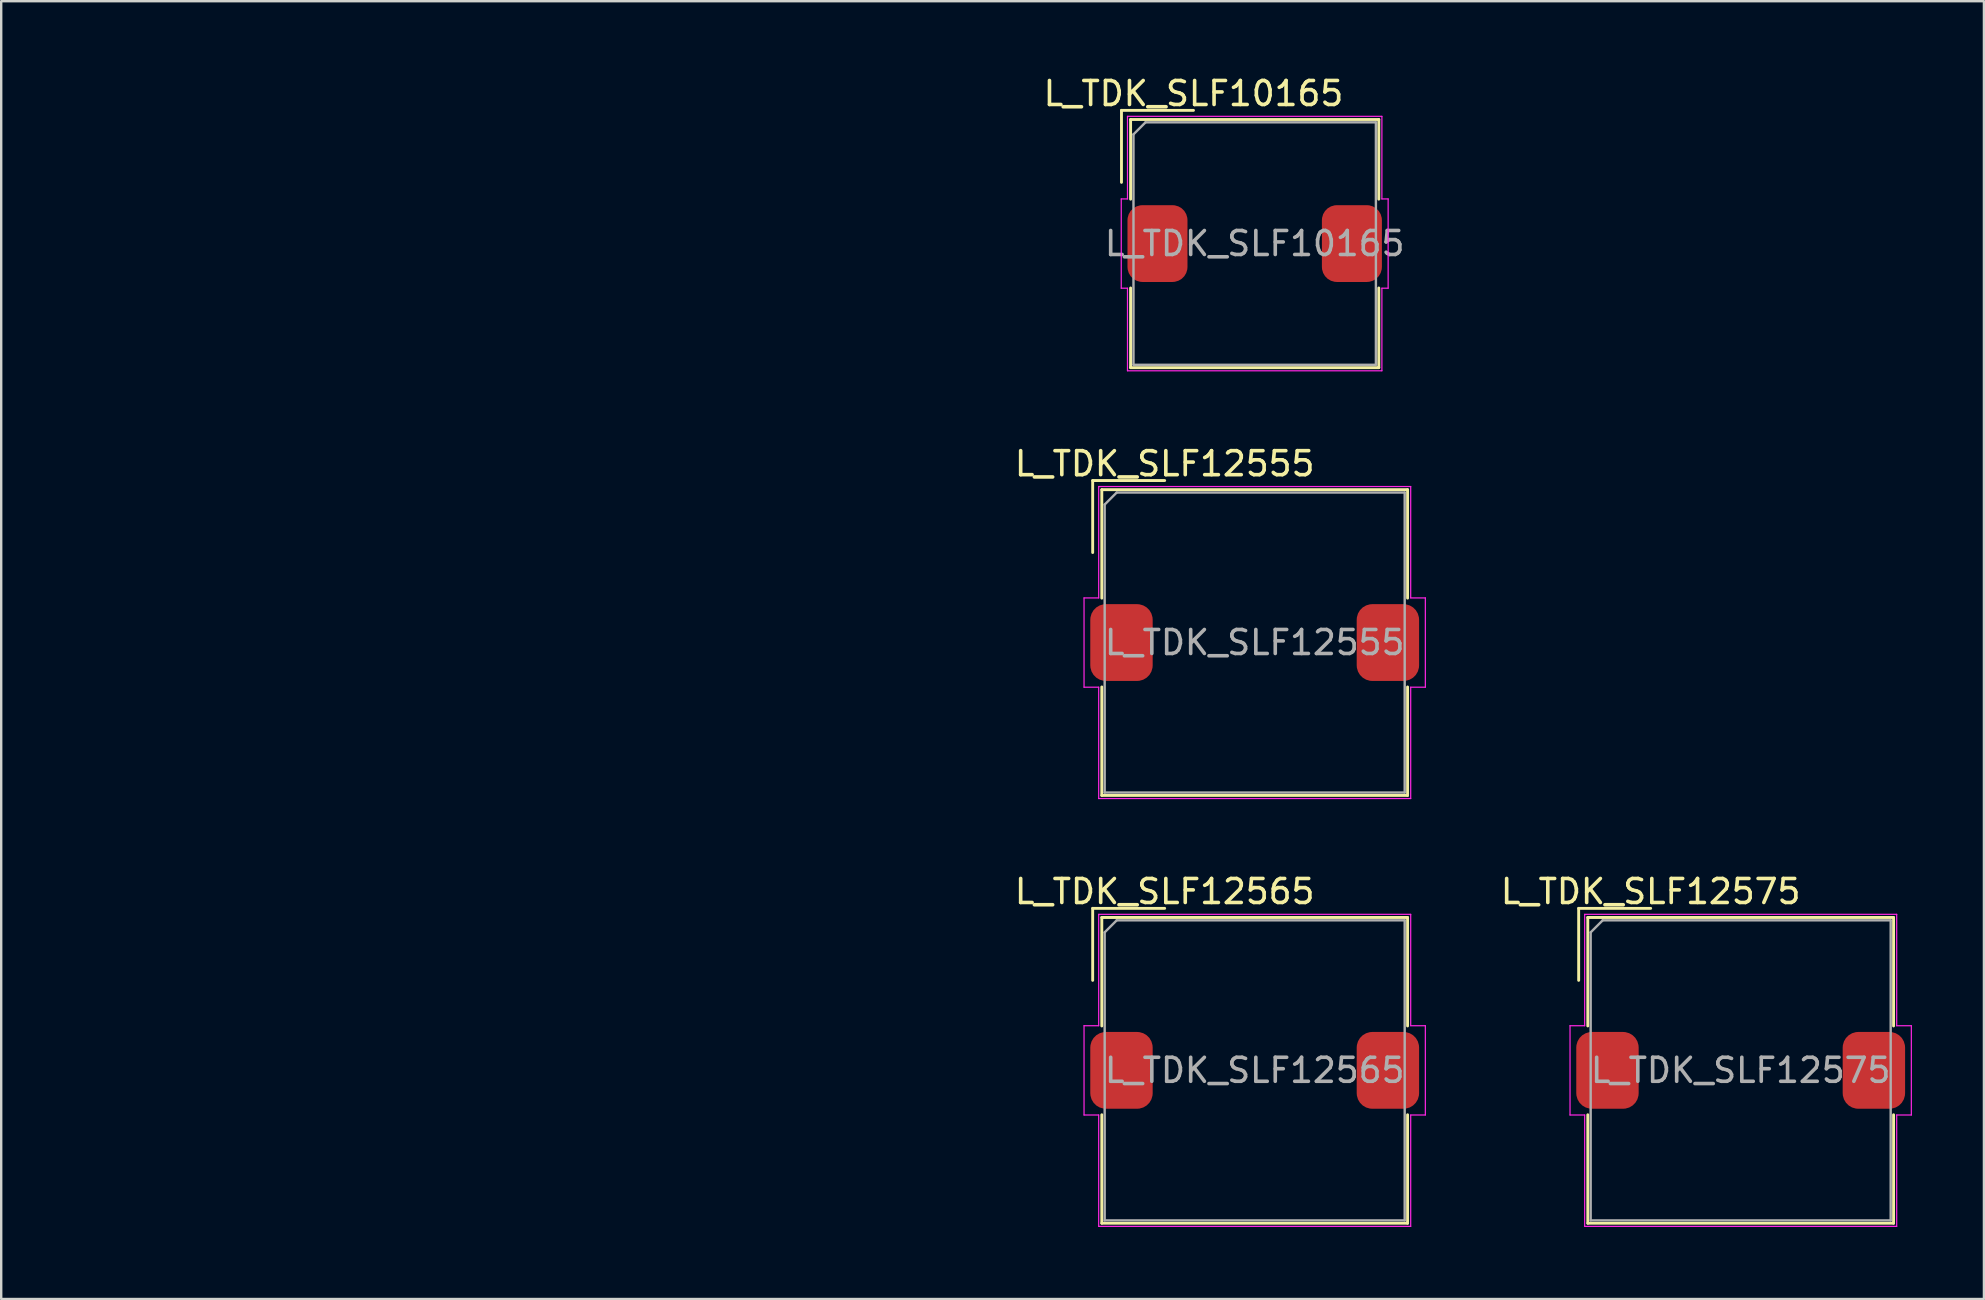
<source format=kicad_pcb>
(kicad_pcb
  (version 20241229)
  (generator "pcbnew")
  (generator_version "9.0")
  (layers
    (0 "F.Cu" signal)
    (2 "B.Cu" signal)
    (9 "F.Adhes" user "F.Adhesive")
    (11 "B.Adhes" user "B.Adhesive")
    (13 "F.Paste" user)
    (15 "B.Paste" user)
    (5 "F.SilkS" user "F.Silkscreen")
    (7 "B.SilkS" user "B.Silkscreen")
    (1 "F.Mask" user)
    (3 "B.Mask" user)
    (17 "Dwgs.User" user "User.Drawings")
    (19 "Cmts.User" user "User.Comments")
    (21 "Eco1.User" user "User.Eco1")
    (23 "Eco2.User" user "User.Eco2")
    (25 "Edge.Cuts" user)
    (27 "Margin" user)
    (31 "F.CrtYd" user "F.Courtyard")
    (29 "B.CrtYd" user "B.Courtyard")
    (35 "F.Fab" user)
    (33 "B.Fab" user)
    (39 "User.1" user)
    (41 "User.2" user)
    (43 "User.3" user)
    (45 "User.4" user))
  (footprint "L_TDK_SLF12555"
    (layer "F.Cu")
    (at 49.225 23.721)
    (property "Reference" "L_TDK_SLF12555" (at -3.75 -7.45 0) (layer "F.SilkS") (effects (font (size 1 1) (thickness 0.15))))
    (attr smd)
    (fp_line (start -6.75 -6.75) (end -3.75 -6.75) (stroke (width 0.12) (type solid)) (layer "F.SilkS"))
    (fp_line (start -6.75 -3.75) (end -6.75 -6.75) (stroke (width 0.12) (type solid)) (layer "F.SilkS"))
    (fp_line (start -6.37 -6.37) (end -6.37 -1.85) (stroke (width 0.12) (type solid)) (layer "F.SilkS"))
    (fp_line (start -6.37 -6.37) (end 6.37 -6.37) (stroke (width 0.12) (type solid)) (layer "F.SilkS"))
    (fp_line (start -6.37 1.85) (end -6.37 6.37) (stroke (width 0.12) (type solid)) (layer "F.SilkS"))
    (fp_line (start -6.37 6.37) (end 6.37 6.37) (stroke (width 0.12) (type solid)) (layer "F.SilkS"))
    (fp_line (start 6.37 -6.37) (end 6.37 -1.85) (stroke (width 0.12) (type solid)) (layer "F.SilkS"))
    (fp_line (start 6.37 1.85) (end 6.37 6.37) (stroke (width 0.12) (type solid)) (layer "F.SilkS"))
    (fp_line (start -7.11 -1.86) (end -7.11 1.86) (stroke (width 0.05) (type solid)) (layer "F.CrtYd"))
    (fp_line (start -7.11 1.86) (end -6.5 1.86) (stroke (width 0.05) (type solid)) (layer "F.CrtYd"))
    (fp_line (start -6.5 -6.5) (end -6.5 -1.86) (stroke (width 0.05) (type solid)) (layer "F.CrtYd"))
    (fp_line (start -6.5 -6.5) (end 6.5 -6.5) (stroke (width 0.05) (type solid)) (layer "F.CrtYd"))
    (fp_line (start -6.5 -1.86) (end -7.11 -1.86) (stroke (width 0.05) (type solid)) (layer "F.CrtYd"))
    (fp_line (start -6.5 1.86) (end -6.5 6.5) (stroke (width 0.05) (type solid)) (layer "F.CrtYd"))
    (fp_line (start -6.5 6.5) (end 6.5 6.5) (stroke (width 0.05) (type solid)) (layer "F.CrtYd"))
    (fp_line (start 6.5 -6.5) (end 6.5 -1.86) (stroke (width 0.05) (type solid)) (layer "F.CrtYd"))
    (fp_line (start 6.5 -1.86) (end 7.11 -1.86) (stroke (width 0.05) (type solid)) (layer "F.CrtYd"))
    (fp_line (start 6.5 1.86) (end 6.5 6.5) (stroke (width 0.05) (type solid)) (layer "F.CrtYd"))
    (fp_line (start 7.11 -1.86) (end 7.11 1.86) (stroke (width 0.05) (type solid)) (layer "F.CrtYd"))
    (fp_line (start 7.11 1.86) (end 6.5 1.86) (stroke (width 0.05) (type solid)) (layer "F.CrtYd"))
    (fp_line (start -6.25 -5.75) (end -5.75 -6.25) (stroke (width 0.1) (type solid)) (layer "F.Fab"))
    (fp_line (start -6.25 6.25) (end -6.25 -5.75) (stroke (width 0.1) (type solid)) (layer "F.Fab"))
    (fp_line (start -5.75 -6.25) (end 6.25 -6.25) (stroke (width 0.1) (type solid)) (layer "F.Fab"))
    (fp_line (start 6.25 -6.25) (end 6.25 6.25) (stroke (width 0.1) (type solid)) (layer "F.Fab"))
    (fp_line (start 6.25 6.25) (end -6.25 6.25) (stroke (width 0.1) (type solid)) (layer "F.Fab"))
    (fp_text user "" (at -49 0.05 0) (layer "F.SilkS") (effects (font (size 3 3) (thickness 0.15))))
    (fp_text user "${REFERENCE}" (at 0 0 0) (layer "F.Fab") (effects (font (size 1 1) (thickness 0.15))))
    (pad "1" smd roundrect (at -5.55 0) (size 2.6 3.2) (layers "F.Cu" "F.Mask" "F.Paste") (roundrect_rratio 0.25))
    (pad "2" smd roundrect (at 5.55 0) (size 2.6 3.2) (layers "F.Cu" "F.Mask" "F.Paste") (roundrect_rratio 0.25)))
  (footprint "L_TDK_SLF10165"
    (layer "F.Cu")
    (at 49.225 7.098)
    (property "Reference" "L_TDK_SLF10165" (at -2.55 -6.25 0) (layer "F.SilkS") (effects (font (size 1 1) (thickness 0.15))))
    (attr smd)
    (fp_line (start -5.55 -5.55) (end -2.55 -5.55) (stroke (width 0.12) (type solid)) (layer "F.SilkS"))
    (fp_line (start -5.55 -2.55) (end -5.55 -5.55) (stroke (width 0.12) (type solid)) (layer "F.SilkS"))
    (fp_line (start -5.17 -5.17) (end -5.17 -1.85) (stroke (width 0.12) (type solid)) (layer "F.SilkS"))
    (fp_line (start -5.17 -5.17) (end 5.17 -5.17) (stroke (width 0.12) (type solid)) (layer "F.SilkS"))
    (fp_line (start -5.17 1.85) (end -5.17 5.17) (stroke (width 0.12) (type solid)) (layer "F.SilkS"))
    (fp_line (start -5.17 5.17) (end 5.17 5.17) (stroke (width 0.12) (type solid)) (layer "F.SilkS"))
    (fp_line (start 5.17 -5.17) (end 5.17 -1.85) (stroke (width 0.12) (type solid)) (layer "F.SilkS"))
    (fp_line (start 5.17 1.85) (end 5.17 5.17) (stroke (width 0.12) (type solid)) (layer "F.SilkS"))
    (fp_line (start -5.56 -1.86) (end -5.56 1.86) (stroke (width 0.05) (type solid)) (layer "F.CrtYd"))
    (fp_line (start -5.56 1.86) (end -5.3 1.86) (stroke (width 0.05) (type solid)) (layer "F.CrtYd"))
    (fp_line (start -5.3 -5.3) (end -5.3 -1.86) (stroke (width 0.05) (type solid)) (layer "F.CrtYd"))
    (fp_line (start -5.3 -5.3) (end 5.3 -5.3) (stroke (width 0.05) (type solid)) (layer "F.CrtYd"))
    (fp_line (start -5.3 -1.86) (end -5.56 -1.86) (stroke (width 0.05) (type solid)) (layer "F.CrtYd"))
    (fp_line (start -5.3 1.86) (end -5.3 5.3) (stroke (width 0.05) (type solid)) (layer "F.CrtYd"))
    (fp_line (start -5.3 5.3) (end 5.3 5.3) (stroke (width 0.05) (type solid)) (layer "F.CrtYd"))
    (fp_line (start 5.3 -5.3) (end 5.3 -1.86) (stroke (width 0.05) (type solid)) (layer "F.CrtYd"))
    (fp_line (start 5.3 -1.86) (end 5.56 -1.86) (stroke (width 0.05) (type solid)) (layer "F.CrtYd"))
    (fp_line (start 5.3 1.86) (end 5.3 5.3) (stroke (width 0.05) (type solid)) (layer "F.CrtYd"))
    (fp_line (start 5.56 -1.86) (end 5.56 1.86) (stroke (width 0.05) (type solid)) (layer "F.CrtYd"))
    (fp_line (start 5.56 1.86) (end 5.3 1.86) (stroke (width 0.05) (type solid)) (layer "F.CrtYd"))
    (fp_line (start -5.05 -4.55) (end -4.55 -5.05) (stroke (width 0.1) (type solid)) (layer "F.Fab"))
    (fp_line (start -5.05 5.05) (end -5.05 -4.55) (stroke (width 0.1) (type solid)) (layer "F.Fab"))
    (fp_line (start -4.55 -5.05) (end 5.05 -5.05) (stroke (width 0.1) (type solid)) (layer "F.Fab"))
    (fp_line (start 5.05 -5.05) (end 5.05 5.05) (stroke (width 0.1) (type solid)) (layer "F.Fab"))
    (fp_line (start 5.05 5.05) (end -5.05 5.05) (stroke (width 0.1) (type solid)) (layer "F.Fab"))
    (fp_text user "" (at -49 0.05 0) (layer "F.SilkS") (effects (font (size 3 3) (thickness 0.15))))
    (fp_text user "${REFERENCE}" (at 0 0 0) (layer "F.Fab") (effects (font (size 1 1) (thickness 0.15))))
    (pad "1" smd roundrect (at -4.05 0) (size 2.5 3.2) (layers "F.Cu" "F.Mask" "F.Paste") (roundrect_rratio 0.25))
    (pad "2" smd roundrect (at 4.05 0) (size 2.5 3.2) (layers "F.Cu" "F.Mask" "F.Paste") (roundrect_rratio 0.25)))
  (footprint "L_TDK_SLF12575"
    (layer "F.Cu")
    (at 69.473 41.545)
    (property "Reference" "L_TDK_SLF12575" (at -3.75 -7.45 0) (layer "F.SilkS") (effects (font (size 1 1) (thickness 0.15))))
    (attr smd)
    (fp_line (start -6.75 -6.75) (end -3.75 -6.75) (stroke (width 0.12) (type solid)) (layer "F.SilkS"))
    (fp_line (start -6.75 -3.75) (end -6.75 -6.75) (stroke (width 0.12) (type solid)) (layer "F.SilkS"))
    (fp_line (start -6.37 -6.37) (end -6.37 -1.85) (stroke (width 0.12) (type solid)) (layer "F.SilkS"))
    (fp_line (start -6.37 -6.37) (end 6.37 -6.37) (stroke (width 0.12) (type solid)) (layer "F.SilkS"))
    (fp_line (start -6.37 1.85) (end -6.37 6.37) (stroke (width 0.12) (type solid)) (layer "F.SilkS"))
    (fp_line (start -6.37 6.37) (end 6.37 6.37) (stroke (width 0.12) (type solid)) (layer "F.SilkS"))
    (fp_line (start 6.37 -6.37) (end 6.37 -1.85) (stroke (width 0.12) (type solid)) (layer "F.SilkS"))
    (fp_line (start 6.37 1.85) (end 6.37 6.37) (stroke (width 0.12) (type solid)) (layer "F.SilkS"))
    (fp_line (start -7.11 -1.86) (end -7.11 1.86) (stroke (width 0.05) (type solid)) (layer "F.CrtYd"))
    (fp_line (start -7.11 1.86) (end -6.5 1.86) (stroke (width 0.05) (type solid)) (layer "F.CrtYd"))
    (fp_line (start -6.5 -6.5) (end -6.5 -1.86) (stroke (width 0.05) (type solid)) (layer "F.CrtYd"))
    (fp_line (start -6.5 -6.5) (end 6.5 -6.5) (stroke (width 0.05) (type solid)) (layer "F.CrtYd"))
    (fp_line (start -6.5 -1.86) (end -7.11 -1.86) (stroke (width 0.05) (type solid)) (layer "F.CrtYd"))
    (fp_line (start -6.5 1.86) (end -6.5 6.5) (stroke (width 0.05) (type solid)) (layer "F.CrtYd"))
    (fp_line (start -6.5 6.5) (end 6.5 6.5) (stroke (width 0.05) (type solid)) (layer "F.CrtYd"))
    (fp_line (start 6.5 -6.5) (end 6.5 -1.86) (stroke (width 0.05) (type solid)) (layer "F.CrtYd"))
    (fp_line (start 6.5 -1.86) (end 7.11 -1.86) (stroke (width 0.05) (type solid)) (layer "F.CrtYd"))
    (fp_line (start 6.5 1.86) (end 6.5 6.5) (stroke (width 0.05) (type solid)) (layer "F.CrtYd"))
    (fp_line (start 7.11 -1.86) (end 7.11 1.86) (stroke (width 0.05) (type solid)) (layer "F.CrtYd"))
    (fp_line (start 7.11 1.86) (end 6.5 1.86) (stroke (width 0.05) (type solid)) (layer "F.CrtYd"))
    (fp_line (start -6.25 -5.75) (end -5.75 -6.25) (stroke (width 0.1) (type solid)) (layer "F.Fab"))
    (fp_line (start -6.25 6.25) (end -6.25 -5.75) (stroke (width 0.1) (type solid)) (layer "F.Fab"))
    (fp_line (start -5.75 -6.25) (end 6.25 -6.25) (stroke (width 0.1) (type solid)) (layer "F.Fab"))
    (fp_line (start 6.25 -6.25) (end 6.25 6.25) (stroke (width 0.1) (type solid)) (layer "F.Fab"))
    (fp_line (start 6.25 6.25) (end -6.25 6.25) (stroke (width 0.1) (type solid)) (layer "F.Fab"))
    (fp_text user "${REFERENCE}" (at 0 0 0) (layer "F.Fab") (effects (font (size 1 1) (thickness 0.15))))
    (pad "1" smd roundrect (at -5.55 0) (size 2.6 3.2) (layers "F.Cu" "F.Mask" "F.Paste") (roundrect_rratio 0.25))
    (pad "2" smd roundrect (at 5.55 0) (size 2.6 3.2) (layers "F.Cu" "F.Mask" "F.Paste") (roundrect_rratio 0.25)))
  (footprint "L_TDK_SLF12565"
    (layer "F.Cu")
    (at 49.225 41.545)
    (property "Reference" "L_TDK_SLF12565" (at -3.75 -7.45 0) (layer "F.SilkS") (effects (font (size 1 1) (thickness 0.15))))
    (attr smd)
    (fp_line (start -6.75 -6.75) (end -3.75 -6.75) (stroke (width 0.12) (type solid)) (layer "F.SilkS"))
    (fp_line (start -6.75 -3.75) (end -6.75 -6.75) (stroke (width 0.12) (type solid)) (layer "F.SilkS"))
    (fp_line (start -6.37 -6.37) (end -6.37 -1.85) (stroke (width 0.12) (type solid)) (layer "F.SilkS"))
    (fp_line (start -6.37 -6.37) (end 6.37 -6.37) (stroke (width 0.12) (type solid)) (layer "F.SilkS"))
    (fp_line (start -6.37 1.85) (end -6.37 6.37) (stroke (width 0.12) (type solid)) (layer "F.SilkS"))
    (fp_line (start -6.37 6.37) (end 6.37 6.37) (stroke (width 0.12) (type solid)) (layer "F.SilkS"))
    (fp_line (start 6.37 -6.37) (end 6.37 -1.85) (stroke (width 0.12) (type solid)) (layer "F.SilkS"))
    (fp_line (start 6.37 1.85) (end 6.37 6.37) (stroke (width 0.12) (type solid)) (layer "F.SilkS"))
    (fp_line (start -7.11 -1.86) (end -7.11 1.86) (stroke (width 0.05) (type solid)) (layer "F.CrtYd"))
    (fp_line (start -7.11 1.86) (end -6.5 1.86) (stroke (width 0.05) (type solid)) (layer "F.CrtYd"))
    (fp_line (start -6.5 -6.5) (end -6.5 -1.86) (stroke (width 0.05) (type solid)) (layer "F.CrtYd"))
    (fp_line (start -6.5 -6.5) (end 6.5 -6.5) (stroke (width 0.05) (type solid)) (layer "F.CrtYd"))
    (fp_line (start -6.5 -1.86) (end -7.11 -1.86) (stroke (width 0.05) (type solid)) (layer "F.CrtYd"))
    (fp_line (start -6.5 1.86) (end -6.5 6.5) (stroke (width 0.05) (type solid)) (layer "F.CrtYd"))
    (fp_line (start -6.5 6.5) (end 6.5 6.5) (stroke (width 0.05) (type solid)) (layer "F.CrtYd"))
    (fp_line (start 6.5 -6.5) (end 6.5 -1.86) (stroke (width 0.05) (type solid)) (layer "F.CrtYd"))
    (fp_line (start 6.5 -1.86) (end 7.11 -1.86) (stroke (width 0.05) (type solid)) (layer "F.CrtYd"))
    (fp_line (start 6.5 1.86) (end 6.5 6.5) (stroke (width 0.05) (type solid)) (layer "F.CrtYd"))
    (fp_line (start 7.11 -1.86) (end 7.11 1.86) (stroke (width 0.05) (type solid)) (layer "F.CrtYd"))
    (fp_line (start 7.11 1.86) (end 6.5 1.86) (stroke (width 0.05) (type solid)) (layer "F.CrtYd"))
    (fp_line (start -6.25 -5.75) (end -5.75 -6.25) (stroke (width 0.1) (type solid)) (layer "F.Fab"))
    (fp_line (start -6.25 6.25) (end -6.25 -5.75) (stroke (width 0.1) (type solid)) (layer "F.Fab"))
    (fp_line (start -5.75 -6.25) (end 6.25 -6.25) (stroke (width 0.1) (type solid)) (layer "F.Fab"))
    (fp_line (start 6.25 -6.25) (end 6.25 6.25) (stroke (width 0.1) (type solid)) (layer "F.Fab"))
    (fp_line (start 6.25 6.25) (end -6.25 6.25) (stroke (width 0.1) (type solid)) (layer "F.Fab"))
    (fp_text user "" (at -49 0.05 0) (layer "F.SilkS") (effects (font (size 3 3) (thickness 0.15))))
    (fp_text user "${REFERENCE}" (at 0 0 0) (layer "F.Fab") (effects (font (size 1 1) (thickness 0.15))))
    (pad "1" smd roundrect (at -5.55 0) (size 2.6 3.2) (layers "F.Cu" "F.Mask" "F.Paste") (roundrect_rratio 0.25))
    (pad "2" smd roundrect (at 5.55 0) (size 2.6 3.2) (layers "F.Cu" "F.Mask" "F.Paste") (roundrect_rratio 0.25)))
  (gr_rect
    (start -3 -3)
    (end 79.608 51.07)
    (stroke (width 0.1) (type default))
    (fill no)
    (layer "Edge.Cuts")))
</source>
